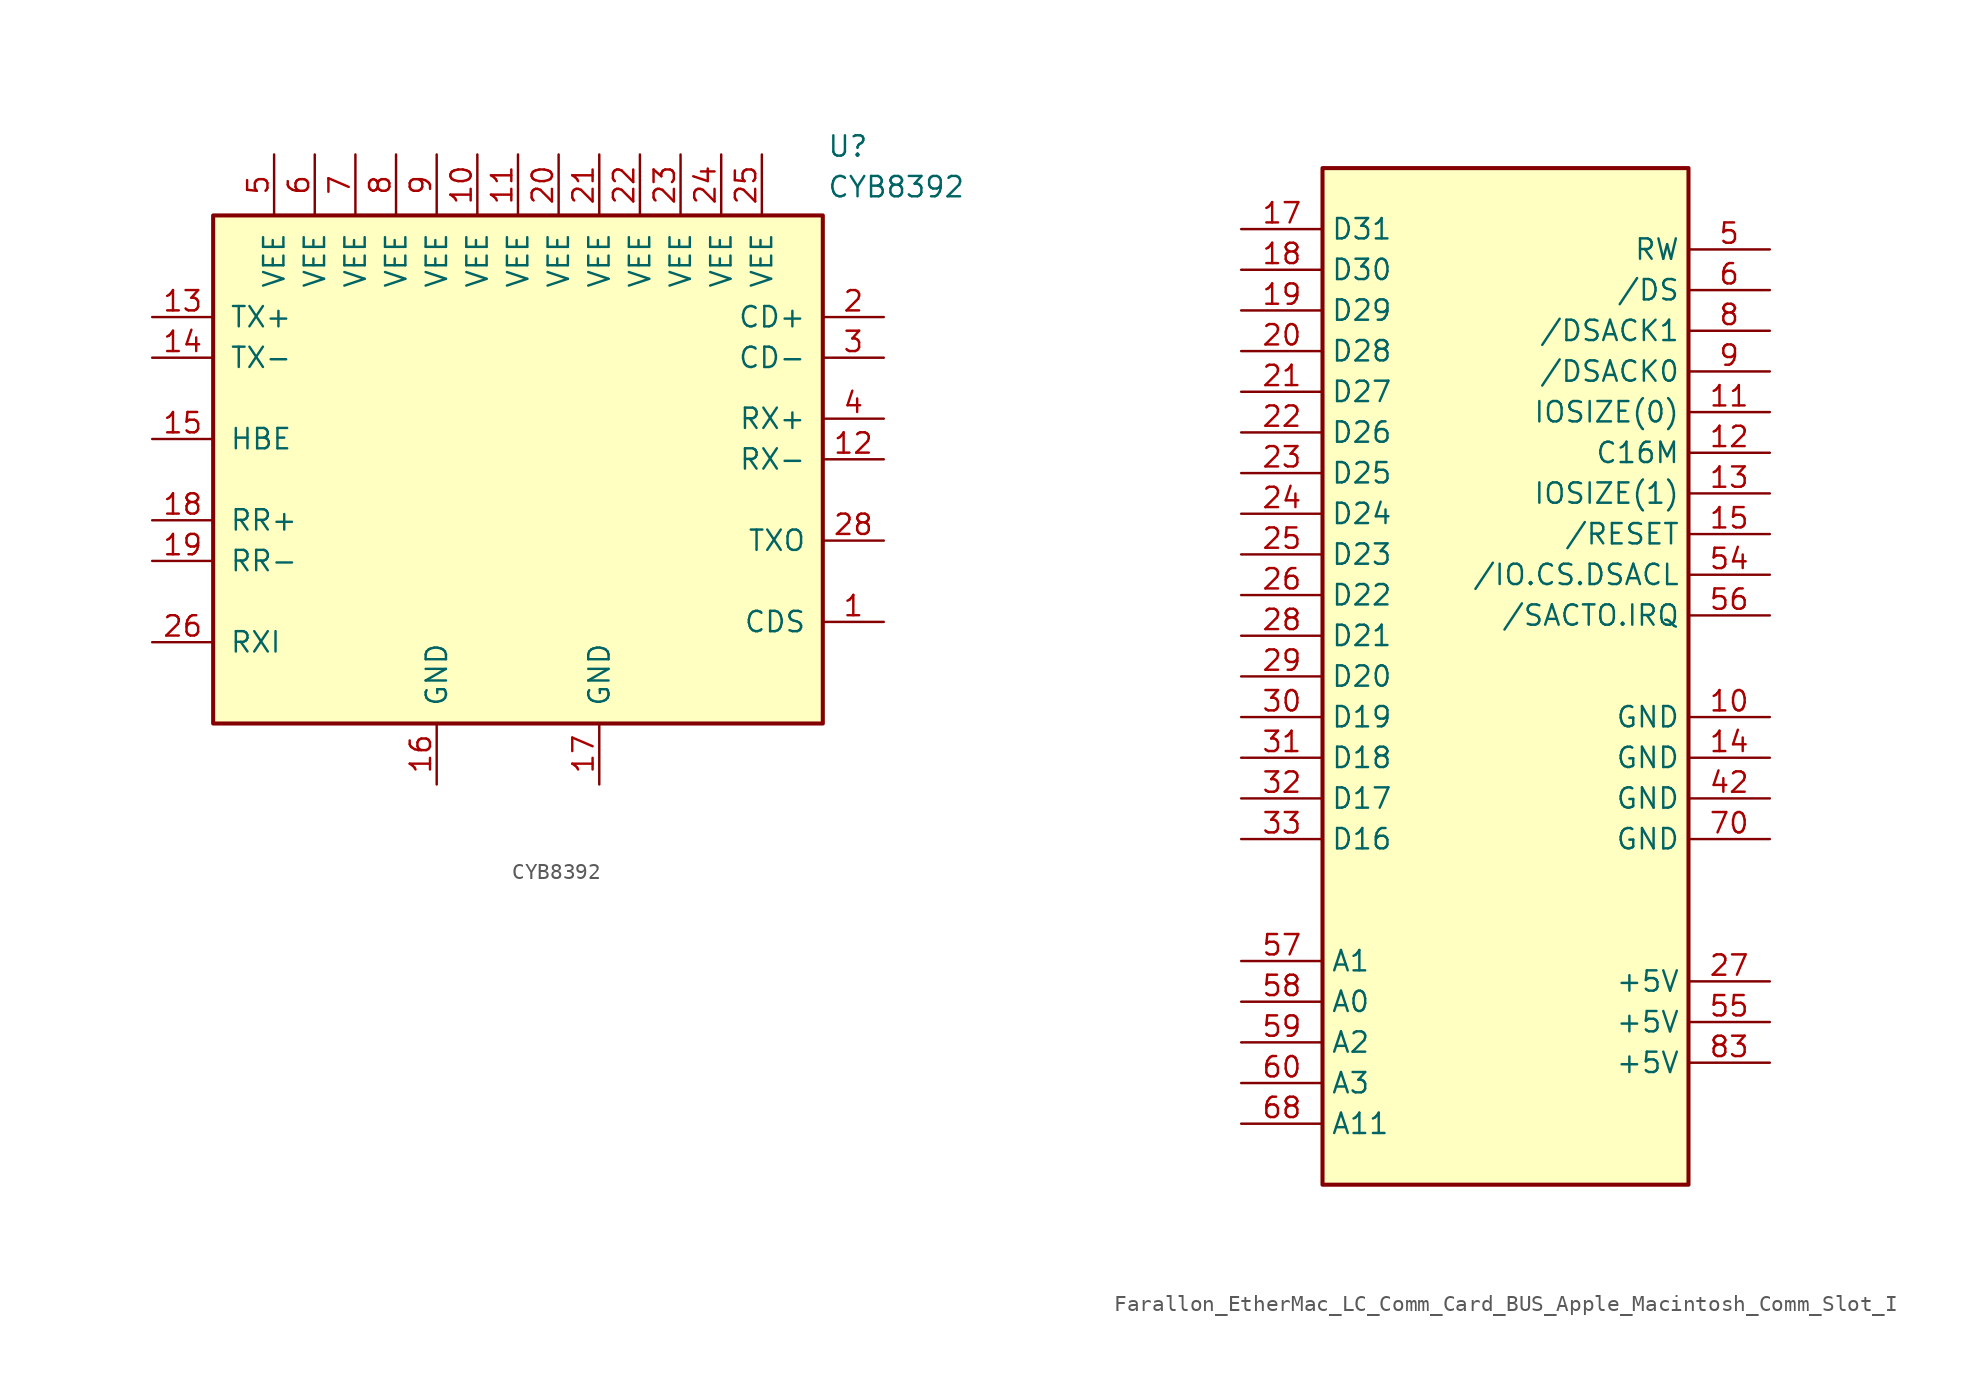
<source format=kicad_sym>
(kicad_symbol_lib
  (version 20231120)
  (generator "kicad_symbol_editor")
  (generator_version "8.0")
  (symbol "CYB8392"
    (pin_names
      (offset 1.016))
    (property "Reference" "U"
      (at 19.304 19.558 0)
      (effects (font (size 1.27 1.27)) (justify left)))
    (property "Value" "CYB8392"
      (at 19.304 17.018 0)
      (effects (font (size 1.27 1.27)) (justify left)))
    (symbol "CYB8392_0_1"
      (rectangle (start -19.05 15.24) (end 19.05 -16.51) (stroke (width 0.254) (type default)) (fill (type background))))
    (symbol "CYB8392_1_1"
      (pin passive line (at 22.86 -10.16 180) (length 3.81) (name "CDS" (effects (font (size 1.27 1.27)))) (number "1" (effects (font (size 1.27 1.27)))))
      (pin power_in line (at -2.54 19.05 270) (length 3.81) (name "VEE" (effects (font (size 1.27 1.27)))) (number "10" (effects (font (size 1.27 1.27)))))
      (pin power_in line (at 0 19.05 270) (length 3.81) (name "VEE" (effects (font (size 1.27 1.27)))) (number "11" (effects (font (size 1.27 1.27)))))
      (pin output line (at 22.86 0 180) (length 3.81) (name "RX-" (effects (font (size 1.27 1.27)))) (number "12" (effects (font (size 1.27 1.27)))))
      (pin input line (at -22.86 8.89 0) (length 3.81) (name "TX+" (effects (font (size 1.27 1.27)))) (number "13" (effects (font (size 1.27 1.27)))))
      (pin input line (at -22.86 6.35 0) (length 3.81) (name "TX-" (effects (font (size 1.27 1.27)))) (number "14" (effects (font (size 1.27 1.27)))))
      (pin input line (at -22.86 1.27 0) (length 3.81) (name "HBE" (effects (font (size 1.27 1.27)))) (number "15" (effects (font (size 1.27 1.27)))))
      (pin power_in line (at -5.08 -20.32 90) (length 3.81) (name "GND" (effects (font (size 1.27 1.27)))) (number "16" (effects (font (size 1.27 1.27)))))
      (pin power_in line (at 5.08 -20.32 90) (length 3.81) (name "GND" (effects (font (size 1.27 1.27)))) (number "17" (effects (font (size 1.27 1.27)))))
      (pin input line (at -22.86 -3.81 0) (length 3.81) (name "RR+" (effects (font (size 1.27 1.27)))) (number "18" (effects (font (size 1.27 1.27)))))
      (pin input line (at -22.86 -6.35 0) (length 3.81) (name "RR-" (effects (font (size 1.27 1.27)))) (number "19" (effects (font (size 1.27 1.27)))))
      (pin output line (at 22.86 8.89 180) (length 3.81) (name "CD+" (effects (font (size 1.27 1.27)))) (number "2" (effects (font (size 1.27 1.27)))))
      (pin power_in line (at 2.54 19.05 270) (length 3.81) (name "VEE" (effects (font (size 1.27 1.27)))) (number "20" (effects (font (size 1.27 1.27)))))
      (pin power_in line (at 5.08 19.05 270) (length 3.81) (name "VEE" (effects (font (size 1.27 1.27)))) (number "21" (effects (font (size 1.27 1.27)))))
      (pin power_in line (at 7.62 19.05 270) (length 3.81) (name "VEE" (effects (font (size 1.27 1.27)))) (number "22" (effects (font (size 1.27 1.27)))))
      (pin power_in line (at 10.16 19.05 270) (length 3.81) (name "VEE" (effects (font (size 1.27 1.27)))) (number "23" (effects (font (size 1.27 1.27)))))
      (pin power_in line (at 12.7 19.05 270) (length 3.81) (name "VEE" (effects (font (size 1.27 1.27)))) (number "24" (effects (font (size 1.27 1.27)))))
      (pin power_in line (at 15.24 19.05 270) (length 3.81) (name "VEE" (effects (font (size 1.27 1.27)))) (number "25" (effects (font (size 1.27 1.27)))))
      (pin input line (at -22.86 -11.43 0) (length 3.81) (name "RXI" (effects (font (size 1.27 1.27)))) (number "26" (effects (font (size 1.27 1.27)))))
      (pin no_connect line (at 19.05 -13.97 0) (length 0) hide (name "" (effects (font (size 1.27 1.27)))) (number "27" (effects (font (size 1.27 1.27)))))
      (pin output line (at 22.86 -5.08 180) (length 3.81) (name "TXO" (effects (font (size 1.27 1.27)))) (number "28" (effects (font (size 1.27 1.27)))))
      (pin output line (at 22.86 6.35 180) (length 3.81) (name "CD-" (effects (font (size 1.27 1.27)))) (number "3" (effects (font (size 1.27 1.27)))))
      (pin output line (at 22.86 2.54 180) (length 3.81) (name "RX+" (effects (font (size 1.27 1.27)))) (number "4" (effects (font (size 1.27 1.27)))))
      (pin power_in line (at -15.24 19.05 270) (length 3.81) (name "VEE" (effects (font (size 1.27 1.27)))) (number "5" (effects (font (size 1.27 1.27)))))
      (pin power_in line (at -12.7 19.05 270) (length 3.81) (name "VEE" (effects (font (size 1.27 1.27)))) (number "6" (effects (font (size 1.27 1.27)))))
      (pin power_in line (at -10.16 19.05 270) (length 3.81) (name "VEE" (effects (font (size 1.27 1.27)))) (number "7" (effects (font (size 1.27 1.27)))))
      (pin power_in line (at -7.62 19.05 270) (length 3.81) (name "VEE" (effects (font (size 1.27 1.27)))) (number "8" (effects (font (size 1.27 1.27)))))
      (pin power_in line (at -5.08 19.05 270) (length 3.81) (name "VEE" (effects (font (size 1.27 1.27)))) (number "9" (effects (font (size 1.27 1.27)))))))
  (symbol "Farallon_EtherMac_LC_Comm_Card_BUS_Apple_Macintosh_Comm_Slot_I"
    (property "Reference" "U"
      (at -15.24 33.02 0)
      (effects (font (size 1.27 1.27)) (justify left) (hide yes)))
    (symbol "Farallon_EtherMac_LC_Comm_Card_BUS_Apple_Macintosh_Comm_Slot_I_0_1"
      (rectangle (start -11.43 31.75) (end 11.43 -31.75) (stroke (width 0.254) (type default)) (fill (type background))))
    (symbol "Farallon_EtherMac_LC_Comm_Card_BUS_Apple_Macintosh_Comm_Slot_I_1_1"
      (pin power_out line (at 16.51 -2.54 180) (length 5.08) (name "GND" (effects (font (size 1.27 1.27)))) (number "10" (effects (font (size 1.27 1.27)))))
      (pin bidirectional line (at 16.51 16.51 180) (length 5.08) (name "IOSIZE(0)" (effects (font (size 1.27 1.27)))) (number "11" (effects (font (size 1.27 1.27)))))
      (pin bidirectional line (at 16.51 13.97 180) (length 5.08) (name "C16M" (effects (font (size 1.27 1.27)))) (number "12" (effects (font (size 1.27 1.27)))))
      (pin bidirectional line (at 16.51 11.43 180) (length 5.08) (name "IOSIZE(1)" (effects (font (size 1.27 1.27)))) (number "13" (effects (font (size 1.27 1.27)))))
      (pin power_out line (at 16.51 -5.08 180) (length 5.08) (name "GND" (effects (font (size 1.27 1.27)))) (number "14" (effects (font (size 1.27 1.27)))))
      (pin bidirectional line (at 16.51 8.89 180) (length 5.08) (name "/RESET" (effects (font (size 1.27 1.27)))) (number "15" (effects (font (size 1.27 1.27)))))
      (pin bidirectional line (at -16.51 27.94 0) (length 5.08) (name "D31" (effects (font (size 1.27 1.27)))) (number "17" (effects (font (size 1.27 1.27)))))
      (pin bidirectional line (at -16.51 25.4 0) (length 5.08) (name "D30" (effects (font (size 1.27 1.27)))) (number "18" (effects (font (size 1.27 1.27)))))
      (pin bidirectional line (at -16.51 22.86 0) (length 5.08) (name "D29" (effects (font (size 1.27 1.27)))) (number "19" (effects (font (size 1.27 1.27)))))
      (pin bidirectional line (at -16.51 20.32 0) (length 5.08) (name "D28" (effects (font (size 1.27 1.27)))) (number "20" (effects (font (size 1.27 1.27)))))
      (pin bidirectional line (at -16.51 17.78 0) (length 5.08) (name "D27" (effects (font (size 1.27 1.27)))) (number "21" (effects (font (size 1.27 1.27)))))
      (pin bidirectional line (at -16.51 15.24 0) (length 5.08) (name "D26" (effects (font (size 1.27 1.27)))) (number "22" (effects (font (size 1.27 1.27)))))
      (pin bidirectional line (at -16.51 12.7 0) (length 5.08) (name "D25" (effects (font (size 1.27 1.27)))) (number "23" (effects (font (size 1.27 1.27)))))
      (pin bidirectional line (at -16.51 10.16 0) (length 5.08) (name "D24" (effects (font (size 1.27 1.27)))) (number "24" (effects (font (size 1.27 1.27)))))
      (pin bidirectional line (at -16.51 7.62 0) (length 5.08) (name "D23" (effects (font (size 1.27 1.27)))) (number "25" (effects (font (size 1.27 1.27)))))
      (pin bidirectional line (at -16.51 5.08 0) (length 5.08) (name "D22" (effects (font (size 1.27 1.27)))) (number "26" (effects (font (size 1.27 1.27)))))
      (pin power_out line (at 16.51 -19.05 180) (length 5.08) (name "+5V" (effects (font (size 1.27 1.27)))) (number "27" (effects (font (size 1.27 1.27)))))
      (pin bidirectional line (at -16.51 2.54 0) (length 5.08) (name "D21" (effects (font (size 1.27 1.27)))) (number "28" (effects (font (size 1.27 1.27)))))
      (pin bidirectional line (at -16.51 0 0) (length 5.08) (name "D20" (effects (font (size 1.27 1.27)))) (number "29" (effects (font (size 1.27 1.27)))))
      (pin bidirectional line (at -16.51 -2.54 0) (length 5.08) (name "D19" (effects (font (size 1.27 1.27)))) (number "30" (effects (font (size 1.27 1.27)))))
      (pin bidirectional line (at -16.51 -5.08 0) (length 5.08) (name "D18" (effects (font (size 1.27 1.27)))) (number "31" (effects (font (size 1.27 1.27)))))
      (pin bidirectional line (at -16.51 -7.62 0) (length 5.08) (name "D17" (effects (font (size 1.27 1.27)))) (number "32" (effects (font (size 1.27 1.27)))))
      (pin bidirectional line (at -16.51 -10.16 0) (length 5.08) (name "D16" (effects (font (size 1.27 1.27)))) (number "33" (effects (font (size 1.27 1.27)))))
      (pin power_out line (at 16.51 -7.62 180) (length 5.08) (name "GND" (effects (font (size 1.27 1.27)))) (number "42" (effects (font (size 1.27 1.27)))))
      (pin bidirectional line (at 16.51 26.67 180) (length 5.08) (name "RW" (effects (font (size 1.27 1.27)))) (number "5" (effects (font (size 1.27 1.27)))))
      (pin bidirectional line (at 16.51 6.35 180) (length 5.08) (name "/IO.CS.DSACL" (effects (font (size 1.27 1.27)))) (number "54" (effects (font (size 1.27 1.27)))))
      (pin power_out line (at 16.51 -21.59 180) (length 5.08) (name "+5V" (effects (font (size 1.27 1.27)))) (number "55" (effects (font (size 1.27 1.27)))))
      (pin bidirectional line (at 16.51 3.81 180) (length 5.08) (name "/SACTO.IRQ" (effects (font (size 1.27 1.27)))) (number "56" (effects (font (size 1.27 1.27)))))
      (pin bidirectional line (at -16.51 -17.78 0) (length 5.08) (name "A1" (effects (font (size 1.27 1.27)))) (number "57" (effects (font (size 1.27 1.27)))))
      (pin bidirectional line (at -16.51 -20.32 0) (length 5.08) (name "A0" (effects (font (size 1.27 1.27)))) (number "58" (effects (font (size 1.27 1.27)))))
      (pin bidirectional line (at -16.51 -22.86 0) (length 5.08) (name "A2" (effects (font (size 1.27 1.27)))) (number "59" (effects (font (size 1.27 1.27)))))
      (pin bidirectional line (at 16.51 24.13 180) (length 5.08) (name "/DS" (effects (font (size 1.27 1.27)))) (number "6" (effects (font (size 1.27 1.27)))))
      (pin bidirectional line (at -16.51 -25.4 0) (length 5.08) (name "A3" (effects (font (size 1.27 1.27)))) (number "60" (effects (font (size 1.27 1.27)))))
      (pin bidirectional line (at -16.51 -27.94 0) (length 5.08) (name "A11" (effects (font (size 1.27 1.27)))) (number "68" (effects (font (size 1.27 1.27)))))
      (pin power_out line (at 16.51 -10.16 180) (length 5.08) (name "GND" (effects (font (size 1.27 1.27)))) (number "70" (effects (font (size 1.27 1.27)))))
      (pin bidirectional line (at 16.51 21.59 180) (length 5.08) (name "/DSACK1" (effects (font (size 1.27 1.27)))) (number "8" (effects (font (size 1.27 1.27)))))
      (pin power_out line (at 16.51 -24.13 180) (length 5.08) (name "+5V" (effects (font (size 1.27 1.27)))) (number "83" (effects (font (size 1.27 1.27)))))
      (pin bidirectional line (at 16.51 19.05 180) (length 5.08) (name "/DSACK0" (effects (font (size 1.27 1.27)))) (number "9" (effects (font (size 1.27 1.27))))))))
</source>
